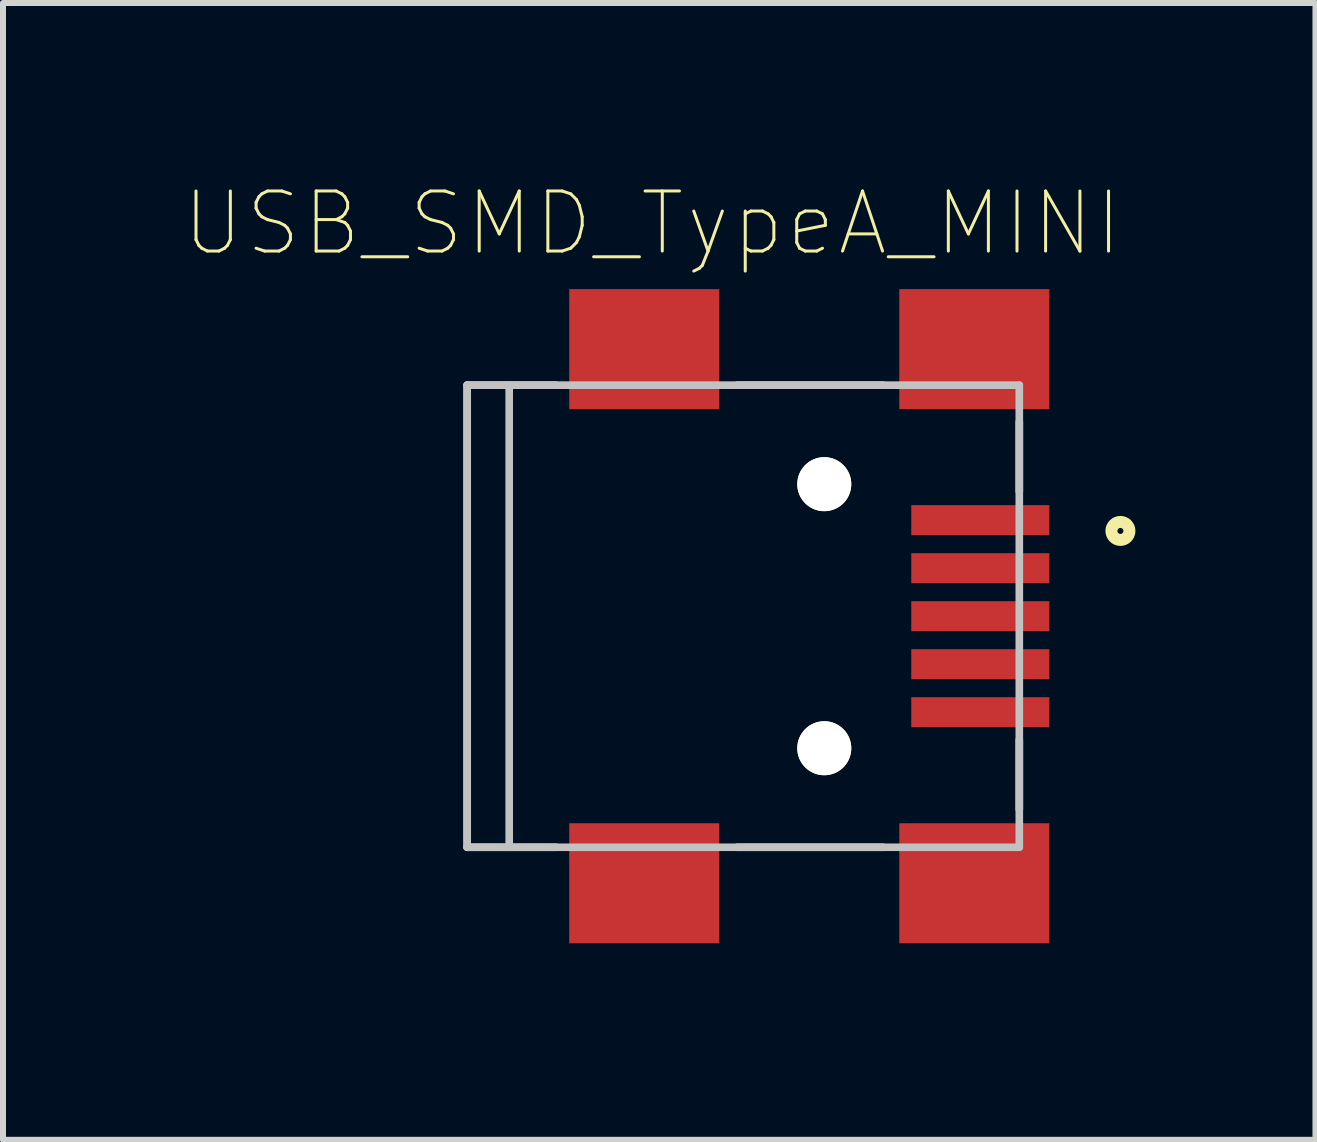
<source format=kicad_pcb>
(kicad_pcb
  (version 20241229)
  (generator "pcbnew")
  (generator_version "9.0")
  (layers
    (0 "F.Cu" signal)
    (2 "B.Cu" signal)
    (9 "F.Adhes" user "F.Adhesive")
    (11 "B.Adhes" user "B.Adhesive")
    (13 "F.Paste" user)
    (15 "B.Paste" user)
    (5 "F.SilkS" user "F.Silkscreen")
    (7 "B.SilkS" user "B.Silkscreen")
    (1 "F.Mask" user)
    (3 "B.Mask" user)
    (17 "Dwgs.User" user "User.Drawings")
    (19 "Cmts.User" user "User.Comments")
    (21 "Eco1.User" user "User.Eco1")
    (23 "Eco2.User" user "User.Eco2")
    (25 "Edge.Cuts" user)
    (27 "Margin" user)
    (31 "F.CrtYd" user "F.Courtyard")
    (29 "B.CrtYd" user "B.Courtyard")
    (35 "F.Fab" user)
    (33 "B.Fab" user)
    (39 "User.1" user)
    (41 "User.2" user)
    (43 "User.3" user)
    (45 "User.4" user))
  (footprint "USB_SMD_TypeA_MINI"
    (layer "F.Cu")
    (at 7.685 7.218)
    (property "Reference" "USB_SMD_TypeA_MINI" (at 0.134 -6.545 0) (layer "F.SilkS") (effects (font (size 1.001 1.001) (thickness 0.05))))
    (attr smd)
    (fp_line (start -2.95 -3.85) (end -1.47 -3.85) (stroke (width 0.127) (type solid)) (layer "F.SilkS"))
    (fp_line (start -2.95 3.85) (end -2.95 -3.85) (stroke (width 0.127) (type solid)) (layer "F.SilkS"))
    (fp_line (start -2.95 3.85) (end -1.47 3.85) (stroke (width 0.127) (type solid)) (layer "F.SilkS"))
    (fp_line (start 1.55 -3.85) (end 3.98 -3.85) (stroke (width 0.127) (type solid)) (layer "F.SilkS"))
    (fp_line (start 1.55 3.85) (end 3.98 3.85) (stroke (width 0.127) (type solid)) (layer "F.SilkS"))
    (fp_line (start 6.25 -3.24) (end 6.25 -2.08) (stroke (width 0.127) (type solid)) (layer "F.SilkS"))
    (fp_line (start 6.25 2.06) (end 6.25 3.22) (stroke (width 0.127) (type solid)) (layer "F.SilkS"))
    (fp_circle (center 7.935 -1.421) (end 8.085 -1.421) (stroke (width 0.2) (type solid)) (fill no) (layer "F.SilkS"))
    (fp_line (start -2.95 -3.85) (end -2.95 3.85) (stroke (width 0.127) (type solid)) (layer "Dwgs.User"))
    (fp_line (start -2.95 3.85) (end 6.25 3.85) (stroke (width 0.127) (type solid)) (layer "Dwgs.User"))
    (fp_line (start -2.25 -3.85) (end -2.25 3.85) (stroke (width 0.127) (type solid)) (layer "Dwgs.User"))
    (fp_line (start 6.25 -3.85) (end -2.95 -3.85) (stroke (width 0.127) (type solid)) (layer "Dwgs.User"))
    (fp_line (start 6.25 3.85) (end 6.25 -3.85) (stroke (width 0.127) (type solid)) (layer "Dwgs.User"))
    (fp_line (start -3.2 -5.7) (end -3.2 5.7) (stroke (width 0.05) (type solid)) (layer "Eco1.User"))
    (fp_line (start -3.2 5.7) (end 7 5.7) (stroke (width 0.05) (type solid)) (layer "Eco1.User"))
    (fp_line (start 7 -5.7) (end -3.2 -5.7) (stroke (width 0.05) (type solid)) (layer "Eco1.User"))
    (fp_line (start 7 5.7) (end 7 -5.7) (stroke (width 0.05) (type solid)) (layer "Eco1.User"))
    (fp_text user "PCB~{Edge}" (at -2.3 3.2 0) (layer "Edge.Cuts") (effects (font (size 1 1) (thickness 0.05))))
    (pad "" np_thru_hole circle (at 3 -2.2) (size 0.9 0.9) (drill 0.9) (layers "*.Cu" "*.Mask" "F.SilkS"))
    (pad "" np_thru_hole circle (at 3 2.2) (size 0.9 0.9) (drill 0.9) (layers "*.Cu" "*.Mask" "F.SilkS"))
    (pad "1" smd rect (at 5.6 -1.6) (size 2.3 0.5) (layers "F.Cu" "F.Mask" "F.Paste"))
    (pad "2" smd rect (at 5.6 -0.8) (size 2.3 0.5) (layers "F.Cu" "F.Mask" "F.Paste"))
    (pad "3" smd rect (at 5.6 0) (size 2.3 0.5) (layers "F.Cu" "F.Mask" "F.Paste"))
    (pad "4" smd rect (at 5.6 0.8) (size 2.3 0.5) (layers "F.Cu" "F.Mask" "F.Paste"))
    (pad "5" smd rect (at 5.6 1.6) (size 2.3 0.5) (layers "F.Cu" "F.Mask" "F.Paste"))
    (pad "S1" smd rect (at 0 -4.45) (size 2.5 2) (layers "F.Cu" "F.Mask" "F.Paste"))
    (pad "S2" smd rect (at 0 4.45) (size 2.5 2) (layers "F.Cu" "F.Mask" "F.Paste"))
    (pad "S3" smd rect (at 5.5 -4.45) (size 2.5 2) (layers "F.Cu" "F.Mask" "F.Paste"))
    (pad "S4" smd rect (at 5.5 4.45) (size 2.5 2) (layers "F.Cu" "F.Mask" "F.Paste")))
  (gr_rect
    (start -3 -3)
    (end 18.87 15.943)
    (stroke (width 0.1) (type default))
    (fill no)
    (layer "Edge.Cuts")))
</source>
